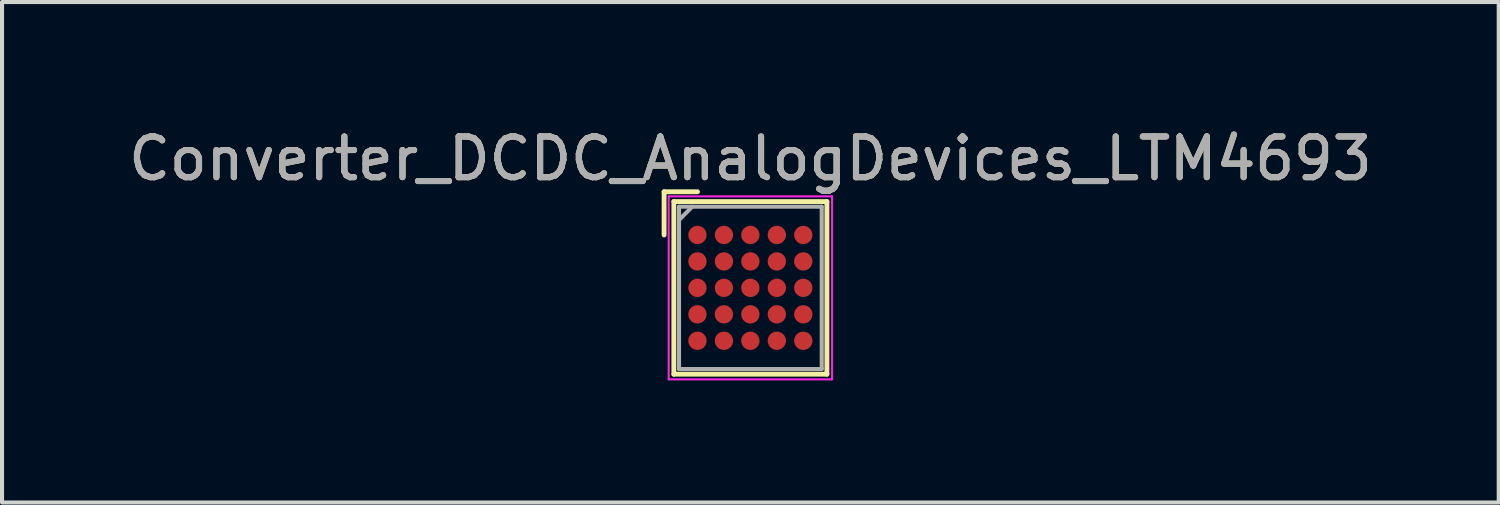
<source format=kicad_pcb>
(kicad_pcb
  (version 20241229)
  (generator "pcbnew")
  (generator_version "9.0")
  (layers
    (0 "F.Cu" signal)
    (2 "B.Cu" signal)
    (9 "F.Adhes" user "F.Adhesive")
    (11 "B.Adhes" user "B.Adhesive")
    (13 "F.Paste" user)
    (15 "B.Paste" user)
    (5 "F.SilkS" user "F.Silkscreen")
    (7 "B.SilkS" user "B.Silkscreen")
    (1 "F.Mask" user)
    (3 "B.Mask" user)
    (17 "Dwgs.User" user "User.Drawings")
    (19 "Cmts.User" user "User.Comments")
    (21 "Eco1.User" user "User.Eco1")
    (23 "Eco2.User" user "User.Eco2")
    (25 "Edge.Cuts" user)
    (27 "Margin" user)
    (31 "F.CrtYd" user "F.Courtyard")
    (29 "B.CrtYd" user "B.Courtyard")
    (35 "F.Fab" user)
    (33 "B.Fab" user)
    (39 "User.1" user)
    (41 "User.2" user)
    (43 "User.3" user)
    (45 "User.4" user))
  (footprint "Converter_DCDC_AnalogDevices_LTM4693"
    (layer "F.Cu")
    (at 15.387 4.023)
    (property "Reference" "Converter_DCDC_AnalogDevices_LTM4693" (at 0 -3.175 0) (unlocked yes) (layer "F.SilkS") (effects (font (size 1 1) (thickness 0.15))))
    (attr smd)
    (fp_line (start -2.12 -2.361) (end -2.12 -1.3) (stroke (width 0.12) (type solid)) (layer "F.SilkS"))
    (fp_line (start -1.88 -2.121) (end -1.88 2.121) (stroke (width 0.12) (type solid)) (layer "F.SilkS"))
    (fp_line (start -1.88 2.121) (end 1.88 2.121) (stroke (width 0.12) (type solid)) (layer "F.SilkS"))
    (fp_line (start -1.3 -2.361) (end -2.12 -2.361) (stroke (width 0.12) (type solid)) (layer "F.SilkS"))
    (fp_line (start 1.88 -2.121) (end -1.88 -2.121) (stroke (width 0.12) (type solid)) (layer "F.SilkS"))
    (fp_line (start 1.88 2.121) (end 1.88 -2.121) (stroke (width 0.12) (type solid)) (layer "F.SilkS"))
    (fp_line (start -2.007 -2.248) (end 2.007 -2.248) (stroke (width 0.05) (type solid)) (layer "F.CrtYd"))
    (fp_line (start -2.007 2.248) (end -2.007 -2.248) (stroke (width 0.05) (type solid)) (layer "F.CrtYd"))
    (fp_line (start 2.007 -2.248) (end 2.007 2.248) (stroke (width 0.05) (type solid)) (layer "F.CrtYd"))
    (fp_line (start 2.007 2.248) (end -2.007 2.248) (stroke (width 0.05) (type solid)) (layer "F.CrtYd"))
    (fp_line (start -1.753 -1.994) (end -1.753 1.994) (stroke (width 0.1) (type solid)) (layer "F.Fab"))
    (fp_line (start -1.753 1.994) (end 1.753 1.994) (stroke (width 0.1) (type solid)) (layer "F.Fab"))
    (fp_line (start -1.428 -1.994) (end -1.753 -1.669) (stroke (width 0.1) (type solid)) (layer "F.Fab"))
    (fp_line (start 1.753 -1.994) (end -1.753 -1.994) (stroke (width 0.1) (type solid)) (layer "F.Fab"))
    (fp_line (start 1.753 1.994) (end 1.753 -1.994) (stroke (width 0.1) (type solid)) (layer "F.Fab"))
    (fp_text user "${REFERENCE}" (at 0 -3.175 0) (unlocked yes) (layer "F.Fab") (effects (font (size 1 1) (thickness 0.15))))
    (pad "A1" smd circle (at -1.3 -1.3) (size 0.45 0.45) (layers "F.Cu" "F.Mask" "F.Paste"))
    (pad "A2" smd circle (at -0.65 -1.3) (size 0.45 0.45) (layers "F.Cu" "F.Mask" "F.Paste"))
    (pad "A3" smd circle (at 0 -1.3) (size 0.45 0.45) (layers "F.Cu" "F.Mask" "F.Paste"))
    (pad "A4" smd circle (at 0.65 -1.3) (size 0.45 0.45) (layers "F.Cu" "F.Mask" "F.Paste"))
    (pad "A5" smd circle (at 1.3 -1.3) (size 0.45 0.45) (layers "F.Cu" "F.Mask" "F.Paste"))
    (pad "B1" smd circle (at -1.3 -0.65) (size 0.45 0.45) (layers "F.Cu" "F.Mask" "F.Paste"))
    (pad "B2" smd circle (at -0.65 -0.65) (size 0.45 0.45) (layers "F.Cu" "F.Mask" "F.Paste"))
    (pad "B3" smd circle (at 0 -0.65) (size 0.45 0.45) (layers "F.Cu" "F.Mask" "F.Paste"))
    (pad "B4" smd circle (at 0.65 -0.65) (size 0.45 0.45) (layers "F.Cu" "F.Mask" "F.Paste"))
    (pad "B5" smd circle (at 1.3 -0.65) (size 0.45 0.45) (layers "F.Cu" "F.Mask" "F.Paste"))
    (pad "C1" smd circle (at -1.3 0) (size 0.45 0.45) (layers "F.Cu" "F.Mask" "F.Paste"))
    (pad "C2" smd circle (at -0.65 0) (size 0.45 0.45) (layers "F.Cu" "F.Mask" "F.Paste"))
    (pad "C3" smd circle (at 0 0) (size 0.45 0.45) (layers "F.Cu" "F.Mask" "F.Paste"))
    (pad "C4" smd circle (at 0.65 0) (size 0.45 0.45) (layers "F.Cu" "F.Mask" "F.Paste"))
    (pad "C5" smd circle (at 1.3 0) (size 0.45 0.45) (layers "F.Cu" "F.Mask" "F.Paste"))
    (pad "D1" smd circle (at -1.3 0.65) (size 0.45 0.45) (layers "F.Cu" "F.Mask" "F.Paste"))
    (pad "D2" smd circle (at -0.65 0.65) (size 0.45 0.45) (layers "F.Cu" "F.Mask" "F.Paste"))
    (pad "D3" smd circle (at 0 0.65) (size 0.45 0.45) (layers "F.Cu" "F.Mask" "F.Paste"))
    (pad "D4" smd circle (at 0.65 0.65) (size 0.45 0.45) (layers "F.Cu" "F.Mask" "F.Paste"))
    (pad "D5" smd circle (at 1.3 0.65) (size 0.45 0.45) (layers "F.Cu" "F.Mask" "F.Paste"))
    (pad "E1" smd circle (at -1.3 1.3) (size 0.45 0.45) (layers "F.Cu" "F.Mask" "F.Paste"))
    (pad "E2" smd circle (at -0.65 1.3) (size 0.45 0.45) (layers "F.Cu" "F.Mask" "F.Paste"))
    (pad "E3" smd circle (at 0 1.3) (size 0.45 0.45) (layers "F.Cu" "F.Mask" "F.Paste"))
    (pad "E4" smd circle (at 0.65 1.3) (size 0.45 0.45) (layers "F.Cu" "F.Mask" "F.Paste"))
    (pad "E5" smd circle (at 1.3 1.3) (size 0.45 0.45) (layers "F.Cu" "F.Mask" "F.Paste")))
  (gr_rect
    (start -3 -3)
    (end 33.774 9.296)
    (stroke (width 0.1) (type default))
    (fill no)
    (layer "Edge.Cuts")))
</source>
